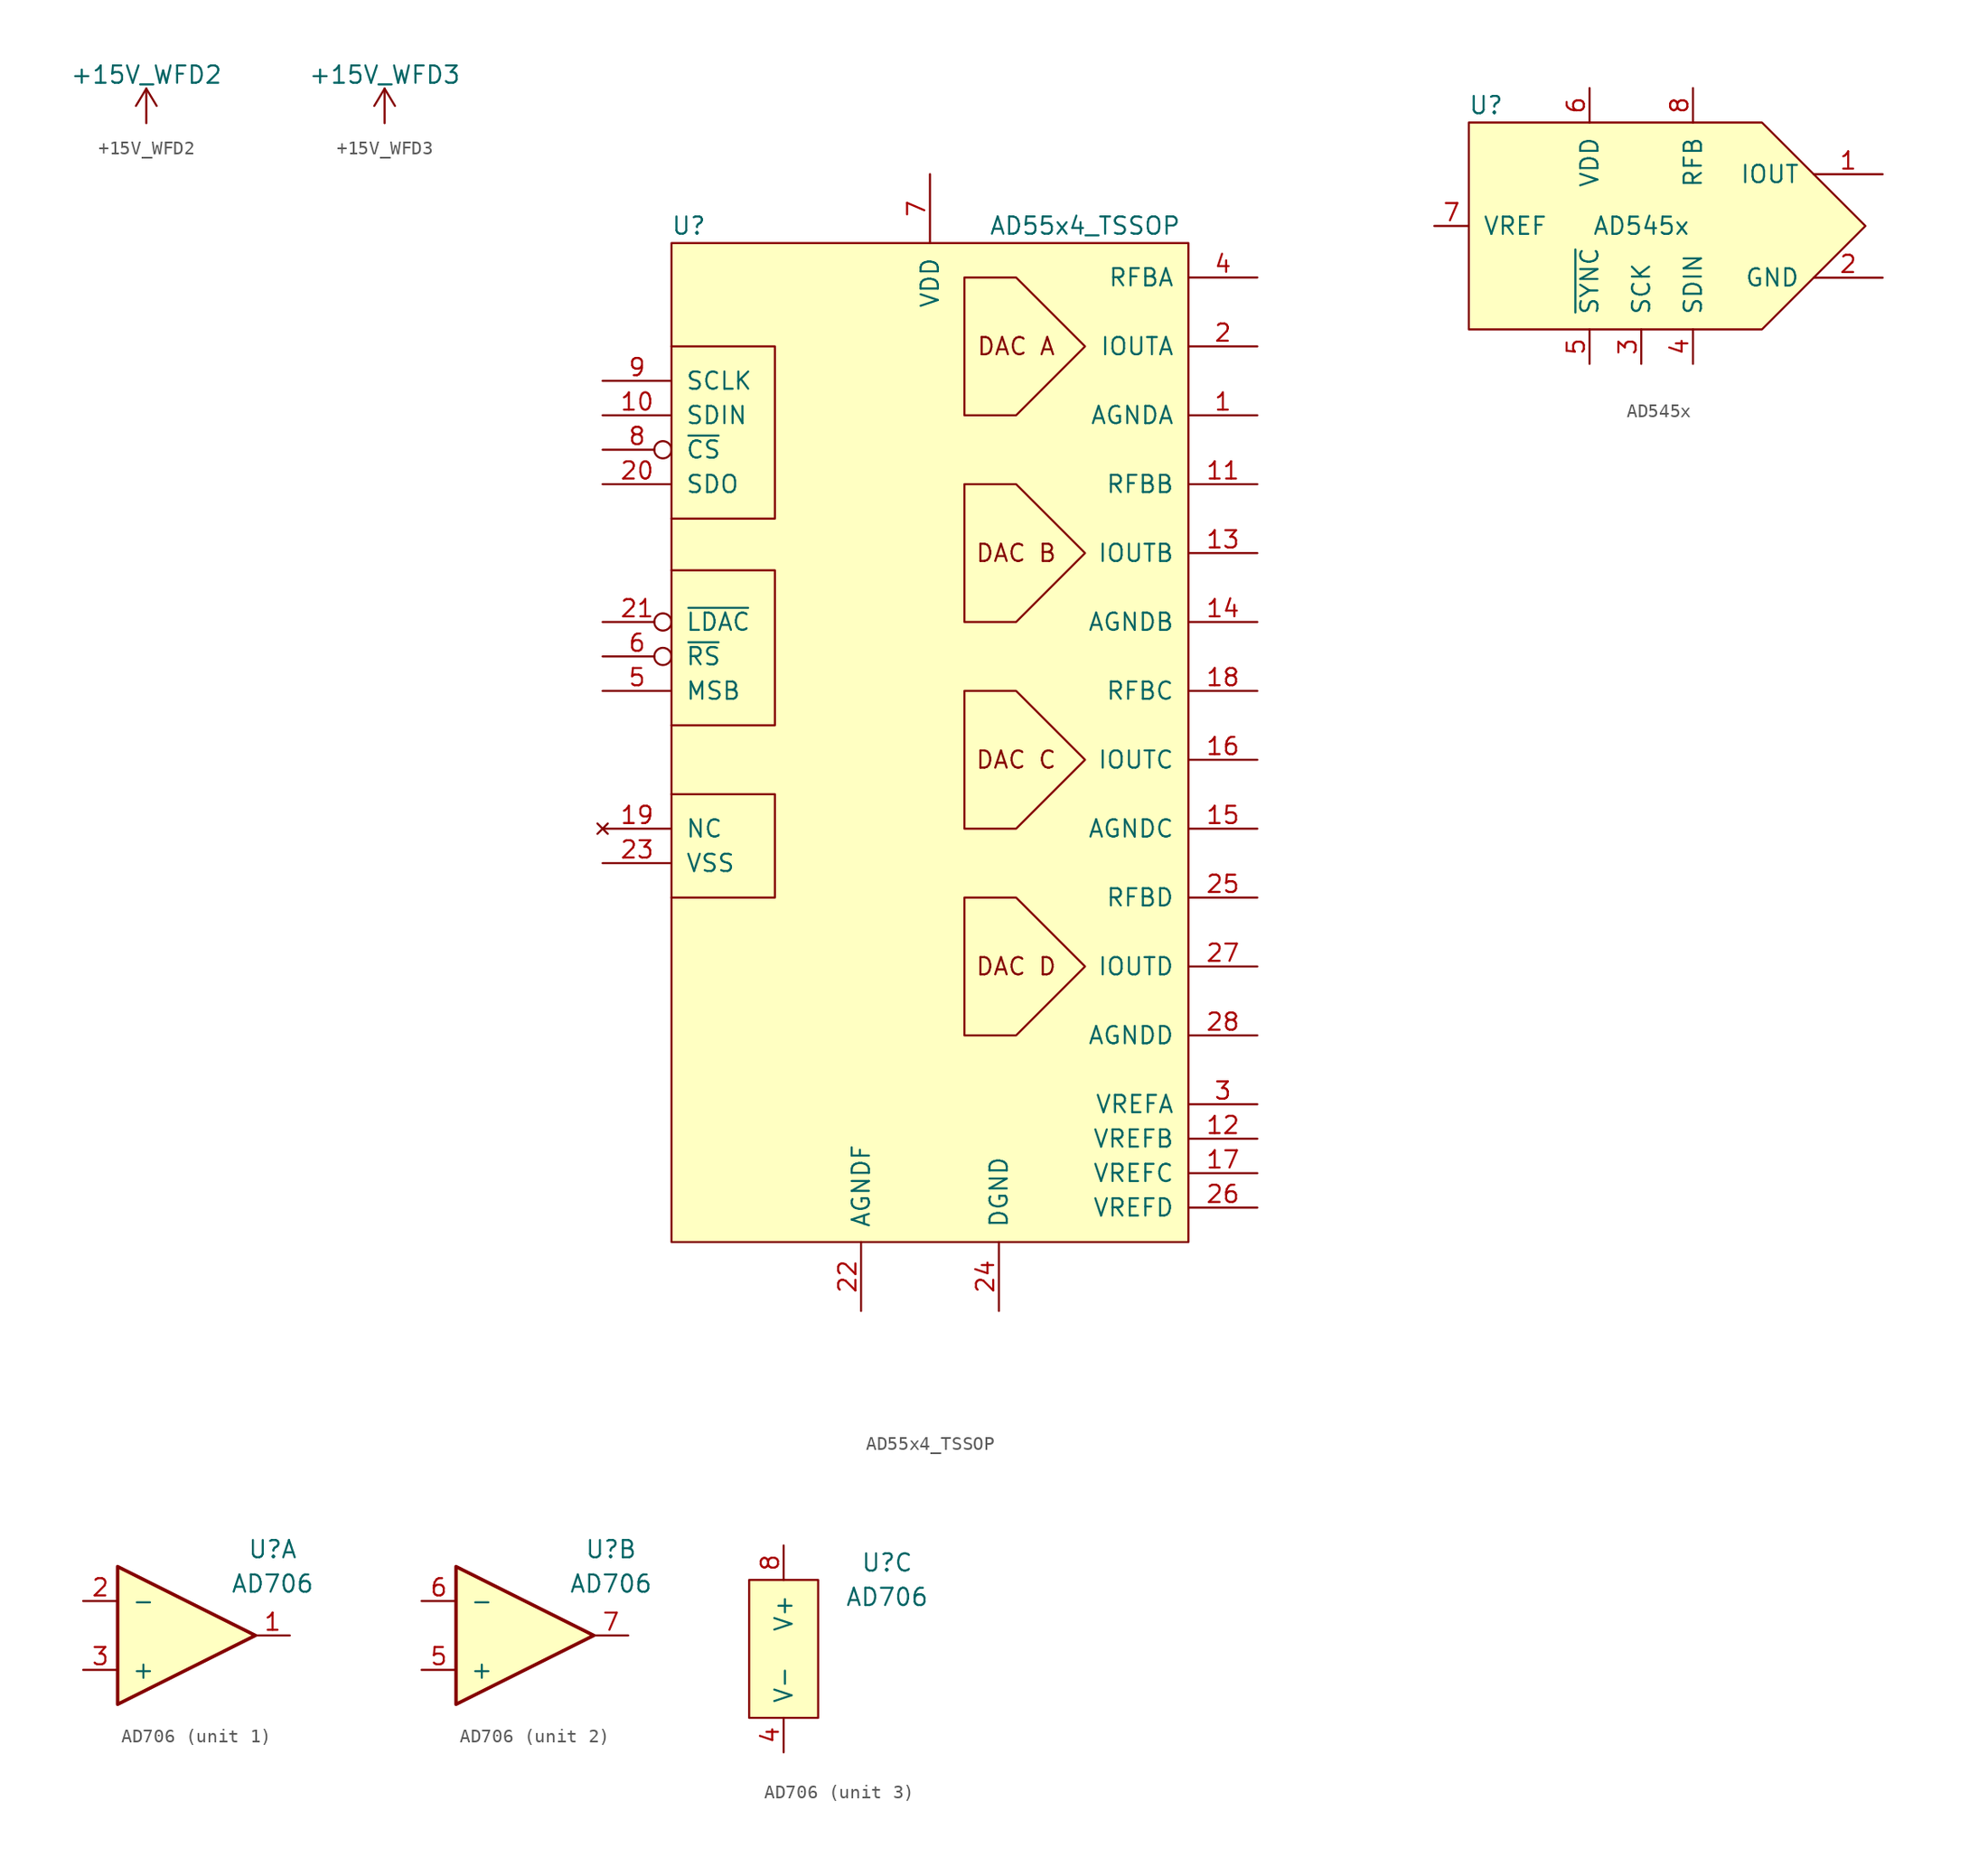
<source format=kicad_sym>
(kicad_symbol_lib
  (version 20220914)
  (generator kicad_symbol_editor)
  (symbol "+15V_WFD2"
    (power)
    (pin_names
      (offset 0))
    (property "Reference" "#PWR"
      (at 0 -3.81 0)
      (effects (font (size 1.27 1.27)) hide))
    (property "Value" "+15V_WFD2"
      (at 0 3.556 0)
      (effects (font (size 1.27 1.27))))
    (symbol "+15V_WFD2_0_1"
      (polyline (pts (xy -0.762 1.27) (xy 0 2.54)) (stroke (width 0) (type default)) (fill (type none)))
      (polyline (pts (xy 0 0) (xy 0 2.54)) (stroke (width 0) (type default)) (fill (type none)))
      (polyline (pts (xy 0 2.54) (xy 0.762 1.27)) (stroke (width 0) (type default)) (fill (type none))))
    (symbol "+15V_WFD2_1_1"
      (pin power_in line (at 0 0 90) (length 0) hide (name "+15V_WFD2" (effects (font (size 1.27 1.27)))) (number "1" (effects (font (size 1.27 1.27)))))))
  (symbol "+15V_WFD3"
    (power)
    (pin_names
      (offset 0))
    (property "Reference" "#PWR"
      (at 0 -3.81 0)
      (effects (font (size 1.27 1.27)) hide))
    (property "Value" "+15V_WFD3"
      (at 0 3.556 0)
      (effects (font (size 1.27 1.27))))
    (symbol "+15V_WFD3_0_1"
      (polyline (pts (xy -0.762 1.27) (xy 0 2.54)) (stroke (width 0) (type default)) (fill (type none)))
      (polyline (pts (xy 0 0) (xy 0 2.54)) (stroke (width 0) (type default)) (fill (type none)))
      (polyline (pts (xy 0 2.54) (xy 0.762 1.27)) (stroke (width 0) (type default)) (fill (type none))))
    (symbol "+15V_WFD3_1_1"
      (pin power_in line (at 0 0 90) (length 0) hide (name "+15V_WFD3" (effects (font (size 1.27 1.27)))) (number "1" (effects (font (size 1.27 1.27)))))))
  (symbol "AD55x4_TSSOP"
    (pin_names
      (offset 1.016))
    (property "Reference" "U"
      (at -17.78 31.75 0)
      (effects (font (size 1.27 1.27))))
    (property "Value" "AD55x4_TSSOP"
      (at 11.43 31.75 0)
      (effects (font (size 1.27 1.27))))
    (symbol "AD55x4_TSSOP_0_0"
      (rectangle (start -19.05 30.48) (end 19.05 -43.18) (stroke (width 0) (type default)) (fill (type background)))
      (polyline (pts (xy -19.05 -10.16) (xy -11.43 -10.16) (xy -11.43 -17.78) (xy -19.05 -17.78)) (stroke (width 0) (type default)) (fill (type none)))
      (polyline (pts (xy -19.05 6.35) (xy -11.43 6.35) (xy -11.43 -5.08) (xy -19.05 -5.08)) (stroke (width 0) (type default)) (fill (type none)))
      (polyline (pts (xy -19.05 22.86) (xy -11.43 22.86) (xy -11.43 10.16) (xy -19.05 10.16)) (stroke (width 0) (type default)) (fill (type none)))
      (polyline (pts (xy 11.43 22.86) (xy 6.35 27.94) (xy 2.54 27.94) (xy 2.54 17.78) (xy 6.35 17.78) (xy 11.43 22.86)) (stroke (width 0) (type default)) (fill (type none)))
      (text "DAC A" (at 6.35 22.86 0) (effects (font (size 1.27 1.27))))
      (text "DAC B" (at 6.35 7.62 0) (effects (font (size 1.27 1.27))))
      (text "DAC C" (at 6.35 -7.62 0) (effects (font (size 1.27 1.27))))
      (text "DAC D" (at 6.35 -22.86 0) (effects (font (size 1.27 1.27)))))
    (symbol "AD55x4_TSSOP_1_1"
      (polyline (pts (xy 11.43 -22.86) (xy 6.35 -17.78) (xy 2.54 -17.78) (xy 2.54 -27.94) (xy 6.35 -27.94) (xy 11.43 -22.86)) (stroke (width 0) (type default)) (fill (type none)))
      (polyline (pts (xy 11.43 -7.62) (xy 6.35 -2.54) (xy 2.54 -2.54) (xy 2.54 -12.7) (xy 6.35 -12.7) (xy 11.43 -7.62)) (stroke (width 0) (type default)) (fill (type none)))
      (polyline (pts (xy 11.43 7.62) (xy 6.35 12.7) (xy 2.54 12.7) (xy 2.54 2.54) (xy 6.35 2.54) (xy 11.43 7.62)) (stroke (width 0) (type default)) (fill (type none)))
      (pin passive line (at 24.13 17.78 180) (length 5.08) (name "AGNDA" (effects (font (size 1.27 1.27)))) (number "1" (effects (font (size 1.27 1.27)))))
      (pin input line (at -24.13 17.78 0) (length 5.08) (name "SDIN" (effects (font (size 1.27 1.27)))) (number "10" (effects (font (size 1.27 1.27)))))
      (pin input line (at 24.13 12.7 180) (length 5.08) (name "RFBB" (effects (font (size 1.27 1.27)))) (number "11" (effects (font (size 1.27 1.27)))))
      (pin input line (at 24.13 -35.56 180) (length 5.08) (name "VREFB" (effects (font (size 1.27 1.27)))) (number "12" (effects (font (size 1.27 1.27)))))
      (pin output line (at 24.13 7.62 180) (length 5.08) (name "IOUTB" (effects (font (size 1.27 1.27)))) (number "13" (effects (font (size 1.27 1.27)))))
      (pin passive line (at 24.13 2.54 180) (length 5.08) (name "AGNDB" (effects (font (size 1.27 1.27)))) (number "14" (effects (font (size 1.27 1.27)))))
      (pin passive line (at 24.13 -12.7 180) (length 5.08) (name "AGNDC" (effects (font (size 1.27 1.27)))) (number "15" (effects (font (size 1.27 1.27)))))
      (pin output line (at 24.13 -7.62 180) (length 5.08) (name "IOUTC" (effects (font (size 1.27 1.27)))) (number "16" (effects (font (size 1.27 1.27)))))
      (pin input line (at 24.13 -38.1 180) (length 5.08) (name "VREFC" (effects (font (size 1.27 1.27)))) (number "17" (effects (font (size 1.27 1.27)))))
      (pin input line (at 24.13 -2.54 180) (length 5.08) (name "RFBC" (effects (font (size 1.27 1.27)))) (number "18" (effects (font (size 1.27 1.27)))))
      (pin no_connect line (at -24.13 -12.7 0) (length 5.08) (name "NC" (effects (font (size 1.27 1.27)))) (number "19" (effects (font (size 1.27 1.27)))))
      (pin output line (at 24.13 22.86 180) (length 5.08) (name "IOUTA" (effects (font (size 1.27 1.27)))) (number "2" (effects (font (size 1.27 1.27)))))
      (pin output line (at -24.13 12.7 0) (length 5.08) (name "SDO" (effects (font (size 1.27 1.27)))) (number "20" (effects (font (size 1.27 1.27)))))
      (pin input inverted (at -24.13 2.54 0) (length 5.08) (name "~{LDAC}" (effects (font (size 1.27 1.27)))) (number "21" (effects (font (size 1.27 1.27)))))
      (pin passive line (at -5.08 -48.26 90) (length 5.08) (name "AGNDF" (effects (font (size 1.27 1.27)))) (number "22" (effects (font (size 1.27 1.27)))))
      (pin passive line (at -24.13 -15.24 0) (length 5.08) (name "VSS" (effects (font (size 1.27 1.27)))) (number "23" (effects (font (size 1.27 1.27)))))
      (pin passive line (at 5.08 -48.26 90) (length 5.08) (name "DGND" (effects (font (size 1.27 1.27)))) (number "24" (effects (font (size 1.27 1.27)))))
      (pin input line (at 24.13 -17.78 180) (length 5.08) (name "RFBD" (effects (font (size 1.27 1.27)))) (number "25" (effects (font (size 1.27 1.27)))))
      (pin input line (at 24.13 -40.64 180) (length 5.08) (name "VREFD" (effects (font (size 1.27 1.27)))) (number "26" (effects (font (size 1.27 1.27)))))
      (pin output line (at 24.13 -22.86 180) (length 5.08) (name "IOUTD" (effects (font (size 1.27 1.27)))) (number "27" (effects (font (size 1.27 1.27)))))
      (pin passive line (at 24.13 -27.94 180) (length 5.08) (name "AGNDD" (effects (font (size 1.27 1.27)))) (number "28" (effects (font (size 1.27 1.27)))))
      (pin input line (at 24.13 -33.02 180) (length 5.08) (name "VREFA" (effects (font (size 1.27 1.27)))) (number "3" (effects (font (size 1.27 1.27)))))
      (pin input line (at 24.13 27.94 180) (length 5.08) (name "RFBA" (effects (font (size 1.27 1.27)))) (number "4" (effects (font (size 1.27 1.27)))))
      (pin input line (at -24.13 -2.54 0) (length 5.08) (name "MSB" (effects (font (size 1.27 1.27)))) (number "5" (effects (font (size 1.27 1.27)))))
      (pin input inverted (at -24.13 0 0) (length 5.08) (name "~{RS}" (effects (font (size 1.27 1.27)))) (number "6" (effects (font (size 1.27 1.27)))))
      (pin passive line (at 0 35.56 270) (length 5.08) (name "VDD" (effects (font (size 1.27 1.27)))) (number "7" (effects (font (size 1.27 1.27)))))
      (pin input inverted (at -24.13 15.24 0) (length 5.08) (name "~{CS}" (effects (font (size 1.27 1.27)))) (number "8" (effects (font (size 1.27 1.27)))))
      (pin input line (at -24.13 20.32 0) (length 5.08) (name "SCLK" (effects (font (size 1.27 1.27)))) (number "9" (effects (font (size 1.27 1.27)))))))
  (symbol "AD545x"
    (pin_names
      (offset 1.016))
    (property "Reference" "U"
      (at -11.43 8.89 0)
      (effects (font (size 1.27 1.27))))
    (property "Value" "AD545x"
      (at 0 0 0)
      (effects (font (size 1.27 1.27))))
    (symbol "AD545x_0_1"
      (polyline (pts (xy 16.51 0) (xy 8.89 7.62) (xy -12.7 7.62) (xy -12.7 -7.62) (xy 8.89 -7.62) (xy 16.51 0)) (stroke (width 0) (type default)) (fill (type background))))
    (symbol "AD545x_1_1"
      (pin output line (at 17.78 3.81 180) (length 5.08) (name "IOUT" (effects (font (size 1.27 1.27)))) (number "1" (effects (font (size 1.27 1.27)))))
      (pin passive line (at 17.78 -3.81 180) (length 5.08) (name "GND" (effects (font (size 1.27 1.27)))) (number "2" (effects (font (size 1.27 1.27)))))
      (pin input line (at 0 -10.16 90) (length 2.54) (name "SCK" (effects (font (size 1.27 1.27)))) (number "3" (effects (font (size 1.27 1.27)))))
      (pin input line (at 3.81 -10.16 90) (length 2.54) (name "SDIN" (effects (font (size 1.27 1.27)))) (number "4" (effects (font (size 1.27 1.27)))))
      (pin input line (at -3.81 -10.16 90) (length 2.54) (name "~{SYNC}" (effects (font (size 1.27 1.27)))) (number "5" (effects (font (size 1.27 1.27)))))
      (pin passive line (at -3.81 10.16 270) (length 2.54) (name "VDD" (effects (font (size 1.27 1.27)))) (number "6" (effects (font (size 1.27 1.27)))))
      (pin input line (at -15.24 0 0) (length 2.54) (name "VREF" (effects (font (size 1.27 1.27)))) (number "7" (effects (font (size 1.27 1.27)))))
      (pin input line (at 3.81 10.16 270) (length 2.54) (name "RFB" (effects (font (size 1.27 1.27)))) (number "8" (effects (font (size 1.27 1.27)))))))
  (symbol "AD706"
    (pin_names
      (offset 1.016))
    (property "Reference" "U"
      (at 7.62 6.35 0)
      (effects (font (size 1.27 1.27))))
    (property "Value" "AD706"
      (at 7.62 3.81 0)
      (effects (font (size 1.27 1.27))))
    (symbol "AD706_1_1"
      (polyline (pts (xy -3.81 5.08) (xy 6.35 0) (xy -3.81 -5.08) (xy -3.81 5.08)) (stroke (width 0.254) (type default)) (fill (type background)))
      (pin output line (at 8.89 0 180) (length 2.54) (name "~" (effects (font (size 1.27 1.27)))) (number "1" (effects (font (size 1.27 1.27)))))
      (pin input line (at -6.35 2.54 0) (length 2.54) (name "-" (effects (font (size 1.27 1.27)))) (number "2" (effects (font (size 1.27 1.27)))))
      (pin input line (at -6.35 -2.54 0) (length 2.54) (name "+" (effects (font (size 1.27 1.27)))) (number "3" (effects (font (size 1.27 1.27))))))
    (symbol "AD706_2_1"
      (polyline (pts (xy -3.81 5.08) (xy 6.35 0) (xy -3.81 -5.08) (xy -3.81 5.08)) (stroke (width 0.254) (type default)) (fill (type background)))
      (pin input line (at -6.35 -2.54 0) (length 2.54) (name "+" (effects (font (size 1.27 1.27)))) (number "5" (effects (font (size 1.27 1.27)))))
      (pin input line (at -6.35 2.54 0) (length 2.54) (name "-" (effects (font (size 1.27 1.27)))) (number "6" (effects (font (size 1.27 1.27)))))
      (pin output line (at 8.89 0 180) (length 2.54) (name "~" (effects (font (size 1.27 1.27)))) (number "7" (effects (font (size 1.27 1.27))))))
    (symbol "AD706_3_1"
      (rectangle (start -2.54 5.08) (end 2.54 -5.08) (stroke (width 0) (type default)) (fill (type background)))
      (pin passive line (at 0 -7.62 90) (length 2.54) (name "V-" (effects (font (size 1.27 1.27)))) (number "4" (effects (font (size 1.27 1.27)))))
      (pin passive line (at 0 7.62 270) (length 2.54) (name "V+" (effects (font (size 1.27 1.27)))) (number "8" (effects (font (size 1.27 1.27))))))))
</source>
